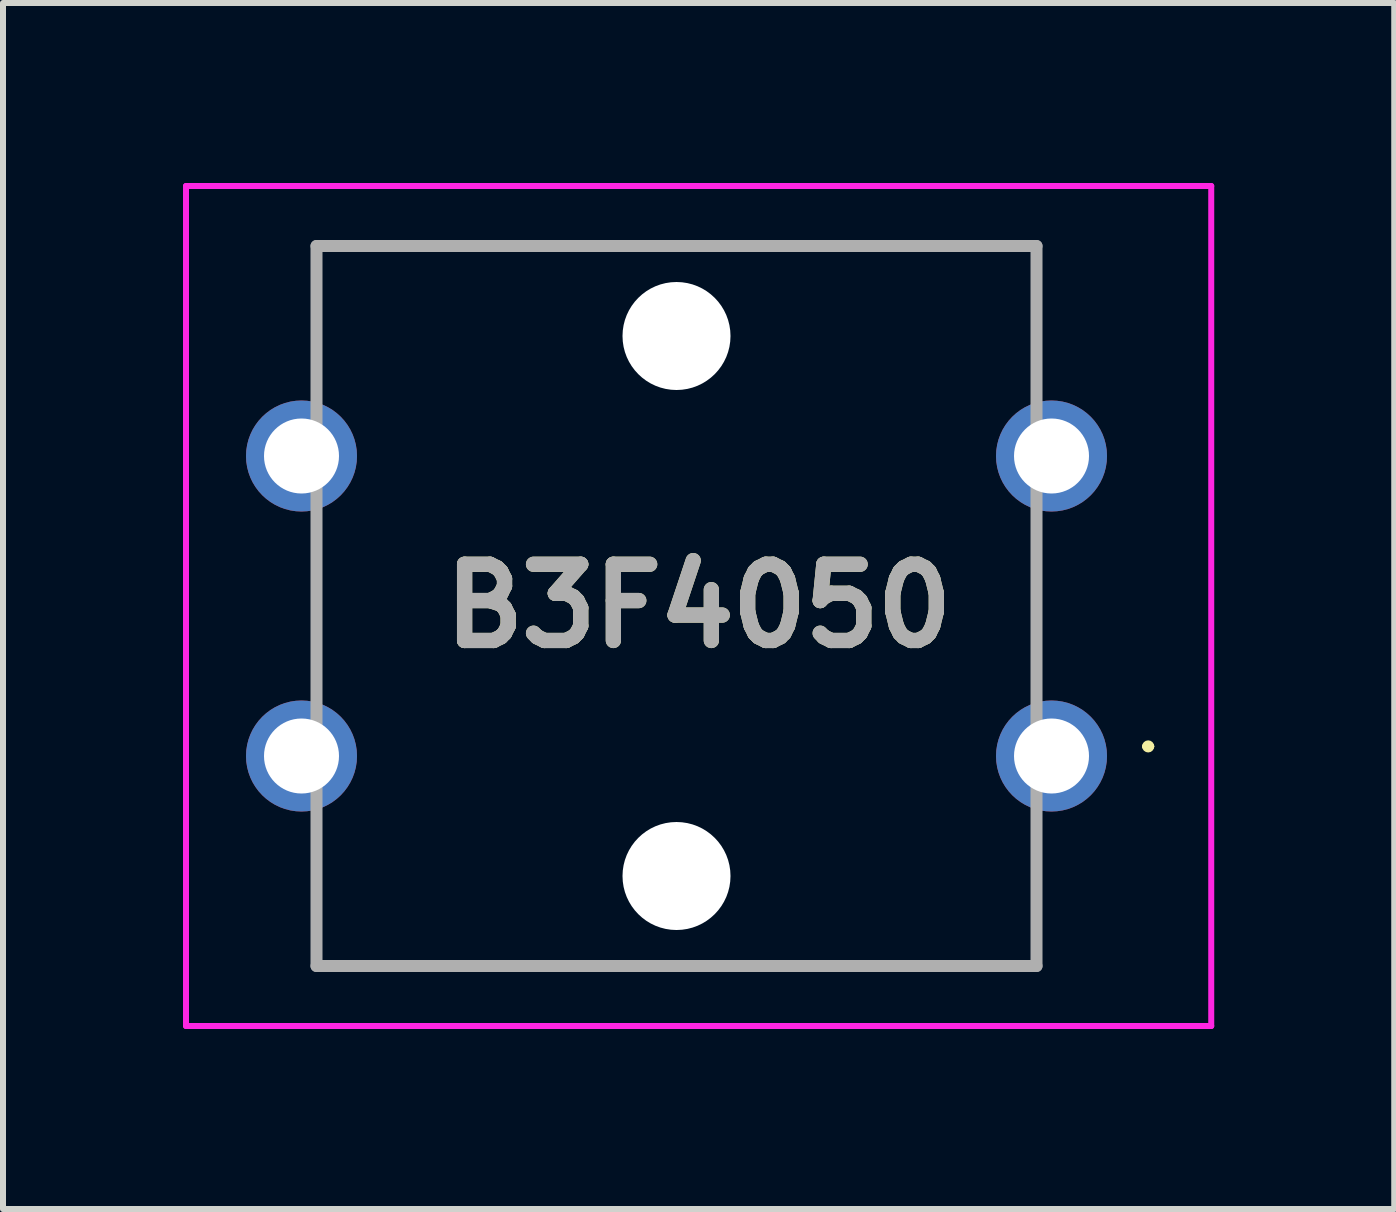
<source format=kicad_pcb>
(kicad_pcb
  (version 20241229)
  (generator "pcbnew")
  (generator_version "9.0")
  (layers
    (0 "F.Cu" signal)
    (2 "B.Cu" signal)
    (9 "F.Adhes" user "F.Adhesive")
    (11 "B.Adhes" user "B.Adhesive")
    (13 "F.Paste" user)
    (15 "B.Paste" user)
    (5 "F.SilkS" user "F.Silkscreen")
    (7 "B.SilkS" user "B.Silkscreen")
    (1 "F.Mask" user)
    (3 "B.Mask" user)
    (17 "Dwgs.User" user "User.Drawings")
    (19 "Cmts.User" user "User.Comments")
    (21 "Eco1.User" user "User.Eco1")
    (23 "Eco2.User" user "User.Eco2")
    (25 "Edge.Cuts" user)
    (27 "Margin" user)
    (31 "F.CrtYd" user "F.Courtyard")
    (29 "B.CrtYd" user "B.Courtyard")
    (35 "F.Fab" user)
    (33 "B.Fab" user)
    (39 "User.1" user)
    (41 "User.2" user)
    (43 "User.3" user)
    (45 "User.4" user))
  (footprint "B3F4050"
    (layer "F.Cu")
    (at 8.225 7.05)
    (property "Reference" "B3F4050" (at 0.369 0 0) (layer "F.SilkS") (effects (font (size 1.27 1.27) (thickness 0.254))))
    (attr through_hole)
    (fp_line (start -6 -6) (end -6 -4) (stroke (width 0.1) (type solid)) (layer "F.SilkS"))
    (fp_line (start -6 -6) (end 6 -6) (stroke (width 0.1) (type solid)) (layer "F.SilkS"))
    (fp_line (start -6 -1.025) (end -6 1.025) (stroke (width 0.1) (type solid)) (layer "F.SilkS"))
    (fp_line (start -6 6) (end -6 4) (stroke (width 0.1) (type solid)) (layer "F.SilkS"))
    (fp_line (start 6 -6) (end 6 -4) (stroke (width 0.1) (type solid)) (layer "F.SilkS"))
    (fp_line (start 6 -1.025) (end 6 1.025) (stroke (width 0.1) (type solid)) (layer "F.SilkS"))
    (fp_line (start 6 6) (end -6 6) (stroke (width 0.1) (type solid)) (layer "F.SilkS"))
    (fp_line (start 6 6) (end 6 4) (stroke (width 0.1) (type solid)) (layer "F.SilkS"))
    (fp_line (start 7.81 2.34) (end 7.81 2.34) (stroke (width 0.1) (type solid)) (layer "F.SilkS"))
    (fp_line (start 7.912 2.34) (end 7.912 2.34) (stroke (width 0.1) (type solid)) (layer "F.SilkS"))
    (fp_arc (start 7.81 2.34) (mid 7.861 2.289) (end 7.912 2.34) (stroke (width 0.1) (type solid)) (layer "F.SilkS"))
    (fp_arc (start 7.912 2.34) (mid 7.861 2.391) (end 7.81 2.34) (stroke (width 0.1) (type solid)) (layer "F.SilkS"))
    (fp_line (start -8.175 -7) (end 8.912 -7) (stroke (width 0.1) (type solid)) (layer "F.CrtYd"))
    (fp_line (start -8.175 7) (end -8.175 -7) (stroke (width 0.1) (type solid)) (layer "F.CrtYd"))
    (fp_line (start 8.912 -7) (end 8.912 7) (stroke (width 0.1) (type solid)) (layer "F.CrtYd"))
    (fp_line (start 8.912 7) (end -8.175 7) (stroke (width 0.1) (type solid)) (layer "F.CrtYd"))
    (fp_line (start -6 -6) (end 6 -6) (stroke (width 0.2) (type solid)) (layer "F.Fab"))
    (fp_line (start -6 6) (end -6 -6) (stroke (width 0.2) (type solid)) (layer "F.Fab"))
    (fp_line (start 6 -6) (end 6 6) (stroke (width 0.2) (type solid)) (layer "F.Fab"))
    (fp_line (start 6 6) (end -6 6) (stroke (width 0.2) (type solid)) (layer "F.Fab"))
    (fp_text user "${REFERENCE}" (at 0.369 0 0) (layer "F.Fab") (effects (font (size 1.27 1.27) (thickness 0.254))))
    (pad "" np_thru_hole circle (at 0 -4.5) (size 1.8 1.8) (drill 1.8) (layers "*.Cu" "*.Mask"))
    (pad "" np_thru_hole circle (at 0 4.5) (size 1.8 1.8) (drill 1.8) (layers "*.Cu" "*.Mask"))
    (pad "1" thru_hole circle (at 6.25 2.5) (size 1.85 1.85) (drill 1.25) (layers "*.Cu" "*.Mask"))
    (pad "2" thru_hole circle (at -6.25 2.5) (size 1.85 1.85) (drill 1.25) (layers "*.Cu" "*.Mask"))
    (pad "3" thru_hole circle (at 6.25 -2.5) (size 1.85 1.85) (drill 1.25) (layers "*.Cu" "*.Mask"))
    (pad "4" thru_hole circle (at -6.25 -2.5) (size 1.85 1.85) (drill 1.25) (layers "*.Cu" "*.Mask")))
  (gr_rect
    (start -3 -3)
    (end 20.187 17.1)
    (stroke (width 0.1) (type default))
    (fill no)
    (layer "Edge.Cuts")))
</source>
